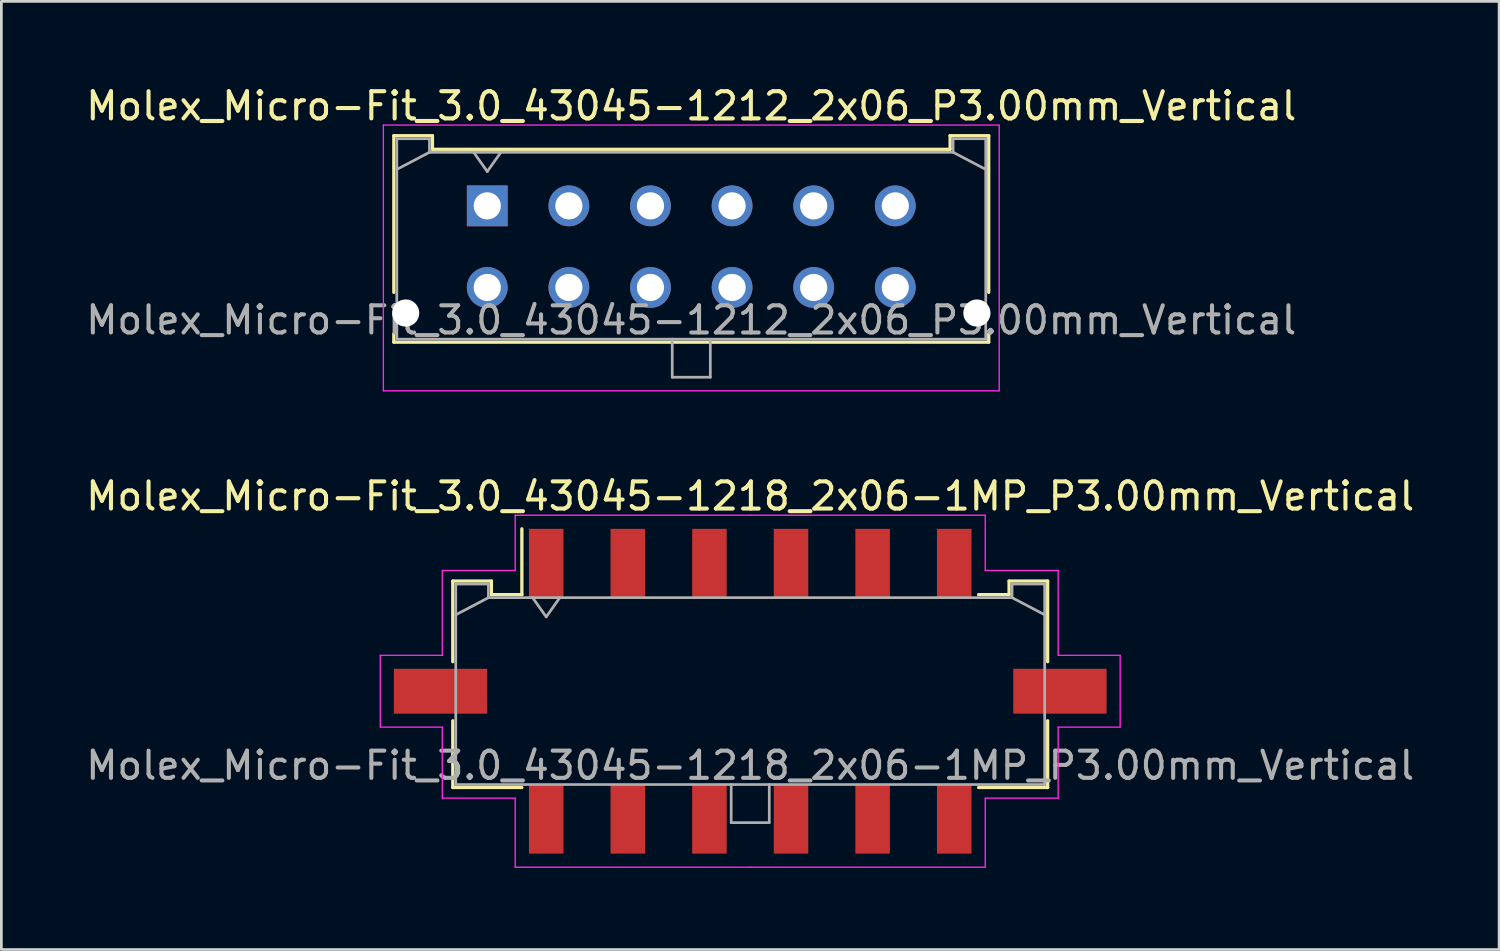
<source format=kicad_pcb>
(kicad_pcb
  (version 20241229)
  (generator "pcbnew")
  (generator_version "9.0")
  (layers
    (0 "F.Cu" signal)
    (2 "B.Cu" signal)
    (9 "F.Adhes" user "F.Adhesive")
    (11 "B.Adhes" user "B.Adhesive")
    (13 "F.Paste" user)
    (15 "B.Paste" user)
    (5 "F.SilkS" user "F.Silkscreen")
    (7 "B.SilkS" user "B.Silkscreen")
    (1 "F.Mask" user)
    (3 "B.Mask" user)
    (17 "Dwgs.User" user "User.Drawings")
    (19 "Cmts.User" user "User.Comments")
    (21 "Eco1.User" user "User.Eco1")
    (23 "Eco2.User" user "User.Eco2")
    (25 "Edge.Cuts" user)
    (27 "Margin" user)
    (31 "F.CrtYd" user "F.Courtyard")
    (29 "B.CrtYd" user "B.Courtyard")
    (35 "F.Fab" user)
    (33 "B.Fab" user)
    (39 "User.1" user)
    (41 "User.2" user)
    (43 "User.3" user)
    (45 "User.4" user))
  (footprint "Molex_Micro-Fit_3.0_43045-1218_2x06-1MP_P3.00mm_Vertical"
    (layer "F.Cu")
    (at 24.53 22.361)
    (property "Reference" "Molex_Micro-Fit_3.0_43045-1218_2x06-1MP_P3.00mm_Vertical" (at 0 -7.17 0) (layer "F.SilkS") (effects (font (size 1 1) (thickness 0.15))))
    (attr smd)
    (fp_line (start -10.935 -4.05) (end -9.515 -4.05) (stroke (width 0.12) (type solid)) (layer "F.SilkS"))
    (fp_line (start -10.935 -1.085) (end -10.935 -4.05) (stroke (width 0.12) (type solid)) (layer "F.SilkS"))
    (fp_line (start -10.935 1.085) (end -10.935 3.54) (stroke (width 0.12) (type solid)) (layer "F.SilkS"))
    (fp_line (start -10.935 3.54) (end -8.395 3.54) (stroke (width 0.12) (type solid)) (layer "F.SilkS"))
    (fp_line (start -9.515 -4.05) (end -9.515 -3.55) (stroke (width 0.12) (type solid)) (layer "F.SilkS"))
    (fp_line (start -9.515 -3.55) (end -8.395 -3.55) (stroke (width 0.12) (type solid)) (layer "F.SilkS"))
    (fp_line (start -8.395 -3.55) (end -8.395 -5.97) (stroke (width 0.12) (type solid)) (layer "F.SilkS"))
    (fp_line (start 9.515 -4.05) (end 9.515 -3.55) (stroke (width 0.12) (type solid)) (layer "F.SilkS"))
    (fp_line (start 9.515 -3.55) (end 8.395 -3.55) (stroke (width 0.12) (type solid)) (layer "F.SilkS"))
    (fp_line (start 10.935 -4.05) (end 9.515 -4.05) (stroke (width 0.12) (type solid)) (layer "F.SilkS"))
    (fp_line (start 10.935 -1.085) (end 10.935 -4.05) (stroke (width 0.12) (type solid)) (layer "F.SilkS"))
    (fp_line (start 10.935 1.085) (end 10.935 3.54) (stroke (width 0.12) (type solid)) (layer "F.SilkS"))
    (fp_line (start 10.935 3.54) (end 8.395 3.54) (stroke (width 0.12) (type solid)) (layer "F.SilkS"))
    (fp_line (start -13.6 -1.32) (end -13.6 1.32) (stroke (width 0.05) (type solid)) (layer "F.CrtYd"))
    (fp_line (start -13.6 1.32) (end -11.32 1.32) (stroke (width 0.05) (type solid)) (layer "F.CrtYd"))
    (fp_line (start -11.32 -4.44) (end -11.32 -1.32) (stroke (width 0.05) (type solid)) (layer "F.CrtYd"))
    (fp_line (start -11.32 -1.32) (end -13.6 -1.32) (stroke (width 0.05) (type solid)) (layer "F.CrtYd"))
    (fp_line (start -11.32 1.32) (end -11.32 3.93) (stroke (width 0.05) (type solid)) (layer "F.CrtYd"))
    (fp_line (start -11.32 3.93) (end -8.64 3.93) (stroke (width 0.05) (type solid)) (layer "F.CrtYd"))
    (fp_line (start -8.64 -6.47) (end -8.64 -4.44) (stroke (width 0.05) (type solid)) (layer "F.CrtYd"))
    (fp_line (start -8.64 -4.44) (end -11.32 -4.44) (stroke (width 0.05) (type solid)) (layer "F.CrtYd"))
    (fp_line (start -8.64 3.93) (end -8.64 6.47) (stroke (width 0.05) (type solid)) (layer "F.CrtYd"))
    (fp_line (start -8.64 6.47) (end 0 6.47) (stroke (width 0.05) (type solid)) (layer "F.CrtYd"))
    (fp_line (start 0 -6.47) (end -8.64 -6.47) (stroke (width 0.05) (type solid)) (layer "F.CrtYd"))
    (fp_line (start 0 -6.47) (end 8.64 -6.47) (stroke (width 0.05) (type solid)) (layer "F.CrtYd"))
    (fp_line (start 8.64 -6.47) (end 8.64 -4.44) (stroke (width 0.05) (type solid)) (layer "F.CrtYd"))
    (fp_line (start 8.64 -4.44) (end 11.32 -4.44) (stroke (width 0.05) (type solid)) (layer "F.CrtYd"))
    (fp_line (start 8.64 3.93) (end 8.64 6.47) (stroke (width 0.05) (type solid)) (layer "F.CrtYd"))
    (fp_line (start 8.64 6.47) (end 0 6.47) (stroke (width 0.05) (type solid)) (layer "F.CrtYd"))
    (fp_line (start 11.32 -4.44) (end 11.32 -1.32) (stroke (width 0.05) (type solid)) (layer "F.CrtYd"))
    (fp_line (start 11.32 -1.32) (end 13.6 -1.32) (stroke (width 0.05) (type solid)) (layer "F.CrtYd"))
    (fp_line (start 11.32 1.32) (end 11.32 3.93) (stroke (width 0.05) (type solid)) (layer "F.CrtYd"))
    (fp_line (start 11.32 3.93) (end 8.64 3.93) (stroke (width 0.05) (type solid)) (layer "F.CrtYd"))
    (fp_line (start 13.6 -1.32) (end 13.6 1.32) (stroke (width 0.05) (type solid)) (layer "F.CrtYd"))
    (fp_line (start 13.6 1.32) (end 11.32 1.32) (stroke (width 0.05) (type solid)) (layer "F.CrtYd"))
    (fp_line (start -10.825 -3.94) (end -10.825 3.43) (stroke (width 0.1) (type solid)) (layer "F.Fab"))
    (fp_line (start -10.825 -2.81) (end -9.625 -3.44) (stroke (width 0.1) (type solid)) (layer "F.Fab"))
    (fp_line (start -10.825 3.43) (end 10.825 3.43) (stroke (width 0.1) (type solid)) (layer "F.Fab"))
    (fp_line (start -9.625 -3.94) (end -10.825 -3.94) (stroke (width 0.1) (type solid)) (layer "F.Fab"))
    (fp_line (start -9.625 -3.44) (end -9.625 -3.94) (stroke (width 0.1) (type solid)) (layer "F.Fab"))
    (fp_line (start -8 -3.44) (end -7.5 -2.733) (stroke (width 0.1) (type solid)) (layer "F.Fab"))
    (fp_line (start -7.5 -2.733) (end -7 -3.44) (stroke (width 0.1) (type solid)) (layer "F.Fab"))
    (fp_line (start -0.7 3.43) (end -0.7 4.83) (stroke (width 0.1) (type solid)) (layer "F.Fab"))
    (fp_line (start -0.7 4.83) (end 0.7 4.83) (stroke (width 0.1) (type solid)) (layer "F.Fab"))
    (fp_line (start 0.7 4.83) (end 0.7 3.43) (stroke (width 0.1) (type solid)) (layer "F.Fab"))
    (fp_line (start 9.625 -3.94) (end 9.625 -3.44) (stroke (width 0.1) (type solid)) (layer "F.Fab"))
    (fp_line (start 9.625 -3.44) (end -9.625 -3.44) (stroke (width 0.1) (type solid)) (layer "F.Fab"))
    (fp_line (start 10.825 -3.94) (end 9.625 -3.94) (stroke (width 0.1) (type solid)) (layer "F.Fab"))
    (fp_line (start 10.825 -2.81) (end 9.625 -3.44) (stroke (width 0.1) (type solid)) (layer "F.Fab"))
    (fp_line (start 10.825 3.43) (end 10.825 -3.94) (stroke (width 0.1) (type solid)) (layer "F.Fab"))
    (fp_text user "${REFERENCE}" (at 0 2.73 0) (layer "F.Fab") (effects (font (size 1 1) (thickness 0.15))))
    (pad "1" smd rect (at -7.5 -4.7) (size 1.27 2.54) (layers "F.Cu" "F.Mask" "F.Paste"))
    (pad "2" smd rect (at -4.5 -4.7) (size 1.27 2.54) (layers "F.Cu" "F.Mask" "F.Paste"))
    (pad "3" smd rect (at -1.5 -4.7) (size 1.27 2.54) (layers "F.Cu" "F.Mask" "F.Paste"))
    (pad "4" smd rect (at 1.5 -4.7) (size 1.27 2.54) (layers "F.Cu" "F.Mask" "F.Paste"))
    (pad "5" smd rect (at 4.5 -4.7) (size 1.27 2.54) (layers "F.Cu" "F.Mask" "F.Paste"))
    (pad "6" smd rect (at 7.5 -4.7) (size 1.27 2.54) (layers "F.Cu" "F.Mask" "F.Paste"))
    (pad "7" smd rect (at -7.5 4.7) (size 1.27 2.54) (layers "F.Cu" "F.Mask" "F.Paste"))
    (pad "8" smd rect (at -4.5 4.7) (size 1.27 2.54) (layers "F.Cu" "F.Mask" "F.Paste"))
    (pad "9" smd rect (at -1.5 4.7) (size 1.27 2.54) (layers "F.Cu" "F.Mask" "F.Paste"))
    (pad "10" smd rect (at 1.5 4.7) (size 1.27 2.54) (layers "F.Cu" "F.Mask" "F.Paste"))
    (pad "11" smd rect (at 4.5 4.7) (size 1.27 2.54) (layers "F.Cu" "F.Mask" "F.Paste"))
    (pad "12" smd rect (at 7.5 4.7) (size 1.27 2.54) (layers "F.Cu" "F.Mask" "F.Paste"))
    (pad "MP" smd rect (at -11.385 0) (size 3.43 1.65) (layers "F.Cu" "F.Mask" "F.Paste"))
    (pad "MP" smd rect (at 11.385 0) (size 3.43 1.65) (layers "F.Cu" "F.Mask" "F.Paste")))
  (footprint "Molex_Micro-Fit_3.0_43045-1212_2x06_P3.00mm_Vertical"
    (layer "F.Cu")
    (at 14.863 4.518)
    (property "Reference" "Molex_Micro-Fit_3.0_43045-1212_2x06_P3.00mm_Vertical" (at 7.5 -3.67 0) (layer "F.SilkS") (effects (font (size 1 1) (thickness 0.15))))
    (attr through_hole)
    (fp_line (start -3.435 -2.58) (end -2.015 -2.58) (stroke (width 0.12) (type solid)) (layer "F.SilkS"))
    (fp_line (start -3.435 3.18) (end -3.435 -2.58) (stroke (width 0.12) (type solid)) (layer "F.SilkS"))
    (fp_line (start -3.435 4.7) (end -3.435 5.01) (stroke (width 0.12) (type solid)) (layer "F.SilkS"))
    (fp_line (start -3.435 5.01) (end 18.435 5.01) (stroke (width 0.12) (type solid)) (layer "F.SilkS"))
    (fp_line (start -2.015 -2.58) (end -2.015 -2.08) (stroke (width 0.12) (type solid)) (layer "F.SilkS"))
    (fp_line (start -2.015 -2.08) (end 17.015 -2.08) (stroke (width 0.12) (type solid)) (layer "F.SilkS"))
    (fp_line (start 17.015 -2.58) (end 18.435 -2.58) (stroke (width 0.12) (type solid)) (layer "F.SilkS"))
    (fp_line (start 17.015 -2.08) (end 17.015 -2.58) (stroke (width 0.12) (type solid)) (layer "F.SilkS"))
    (fp_line (start 18.435 -2.58) (end 18.435 3.18) (stroke (width 0.12) (type solid)) (layer "F.SilkS"))
    (fp_line (start 18.435 5.01) (end 18.435 4.7) (stroke (width 0.12) (type solid)) (layer "F.SilkS"))
    (fp_line (start -3.82 -2.97) (end 18.82 -2.97) (stroke (width 0.05) (type solid)) (layer "F.CrtYd"))
    (fp_line (start -3.82 6.8) (end -3.82 -2.97) (stroke (width 0.05) (type solid)) (layer "F.CrtYd"))
    (fp_line (start 18.82 -2.97) (end 18.82 6.8) (stroke (width 0.05) (type solid)) (layer "F.CrtYd"))
    (fp_line (start 18.82 6.8) (end -3.82 6.8) (stroke (width 0.05) (type solid)) (layer "F.CrtYd"))
    (fp_line (start -3.325 -2.47) (end -3.325 4.9) (stroke (width 0.1) (type solid)) (layer "F.Fab"))
    (fp_line (start -3.325 -1.34) (end -2.125 -1.97) (stroke (width 0.1) (type solid)) (layer "F.Fab"))
    (fp_line (start -3.325 4.9) (end 18.325 4.9) (stroke (width 0.1) (type solid)) (layer "F.Fab"))
    (fp_line (start -2.125 -2.47) (end -3.325 -2.47) (stroke (width 0.1) (type solid)) (layer "F.Fab"))
    (fp_line (start -2.125 -1.97) (end -2.125 -2.47) (stroke (width 0.1) (type solid)) (layer "F.Fab"))
    (fp_line (start -0.5 -1.97) (end 0 -1.263) (stroke (width 0.1) (type solid)) (layer "F.Fab"))
    (fp_line (start 0 -1.263) (end 0.5 -1.97) (stroke (width 0.1) (type solid)) (layer "F.Fab"))
    (fp_line (start 6.8 4.9) (end 6.8 6.3) (stroke (width 0.1) (type solid)) (layer "F.Fab"))
    (fp_line (start 6.8 6.3) (end 8.2 6.3) (stroke (width 0.1) (type solid)) (layer "F.Fab"))
    (fp_line (start 8.2 6.3) (end 8.2 4.9) (stroke (width 0.1) (type solid)) (layer "F.Fab"))
    (fp_line (start 17.125 -2.47) (end 17.125 -1.97) (stroke (width 0.1) (type solid)) (layer "F.Fab"))
    (fp_line (start 17.125 -1.97) (end -2.125 -1.97) (stroke (width 0.1) (type solid)) (layer "F.Fab"))
    (fp_line (start 18.325 -2.47) (end 17.125 -2.47) (stroke (width 0.1) (type solid)) (layer "F.Fab"))
    (fp_line (start 18.325 -1.34) (end 17.125 -1.97) (stroke (width 0.1) (type solid)) (layer "F.Fab"))
    (fp_line (start 18.325 4.9) (end 18.325 -2.47) (stroke (width 0.1) (type solid)) (layer "F.Fab"))
    (fp_text user "${REFERENCE}" (at 7.5 4.2 0) (layer "F.Fab") (effects (font (size 1 1) (thickness 0.15))))
    (pad "" np_thru_hole circle (at -3 3.94) (size 1 1) (drill 1) (layers "*.Cu" "*.Mask"))
    (pad "" np_thru_hole circle (at 18 3.94) (size 1 1) (drill 1) (layers "*.Cu" "*.Mask"))
    (pad "1" thru_hole rect (at 0 0) (size 1.5 1.5) (drill 1) (layers "*.Cu" "*.Mask"))
    (pad "2" thru_hole circle (at 3 0) (size 1.5 1.5) (drill 1) (layers "*.Cu" "*.Mask"))
    (pad "3" thru_hole circle (at 6 0) (size 1.5 1.5) (drill 1) (layers "*.Cu" "*.Mask"))
    (pad "4" thru_hole circle (at 9 0) (size 1.5 1.5) (drill 1) (layers "*.Cu" "*.Mask"))
    (pad "5" thru_hole circle (at 12 0) (size 1.5 1.5) (drill 1) (layers "*.Cu" "*.Mask"))
    (pad "6" thru_hole circle (at 15 0) (size 1.5 1.5) (drill 1) (layers "*.Cu" "*.Mask"))
    (pad "7" thru_hole circle (at 0 3) (size 1.5 1.5) (drill 1) (layers "*.Cu" "*.Mask"))
    (pad "8" thru_hole circle (at 3 3) (size 1.5 1.5) (drill 1) (layers "*.Cu" "*.Mask"))
    (pad "9" thru_hole circle (at 6 3) (size 1.5 1.5) (drill 1) (layers "*.Cu" "*.Mask"))
    (pad "10" thru_hole circle (at 9 3) (size 1.5 1.5) (drill 1) (layers "*.Cu" "*.Mask"))
    (pad "11" thru_hole circle (at 12 3) (size 1.5 1.5) (drill 1) (layers "*.Cu" "*.Mask"))
    (pad "12" thru_hole circle (at 15 3) (size 1.5 1.5) (drill 1) (layers "*.Cu" "*.Mask")))
  (gr_rect
    (start -3 -3)
    (end 52.06 31.857)
    (stroke (width 0.1) (type default))
    (fill no)
    (layer "Edge.Cuts")))
</source>
